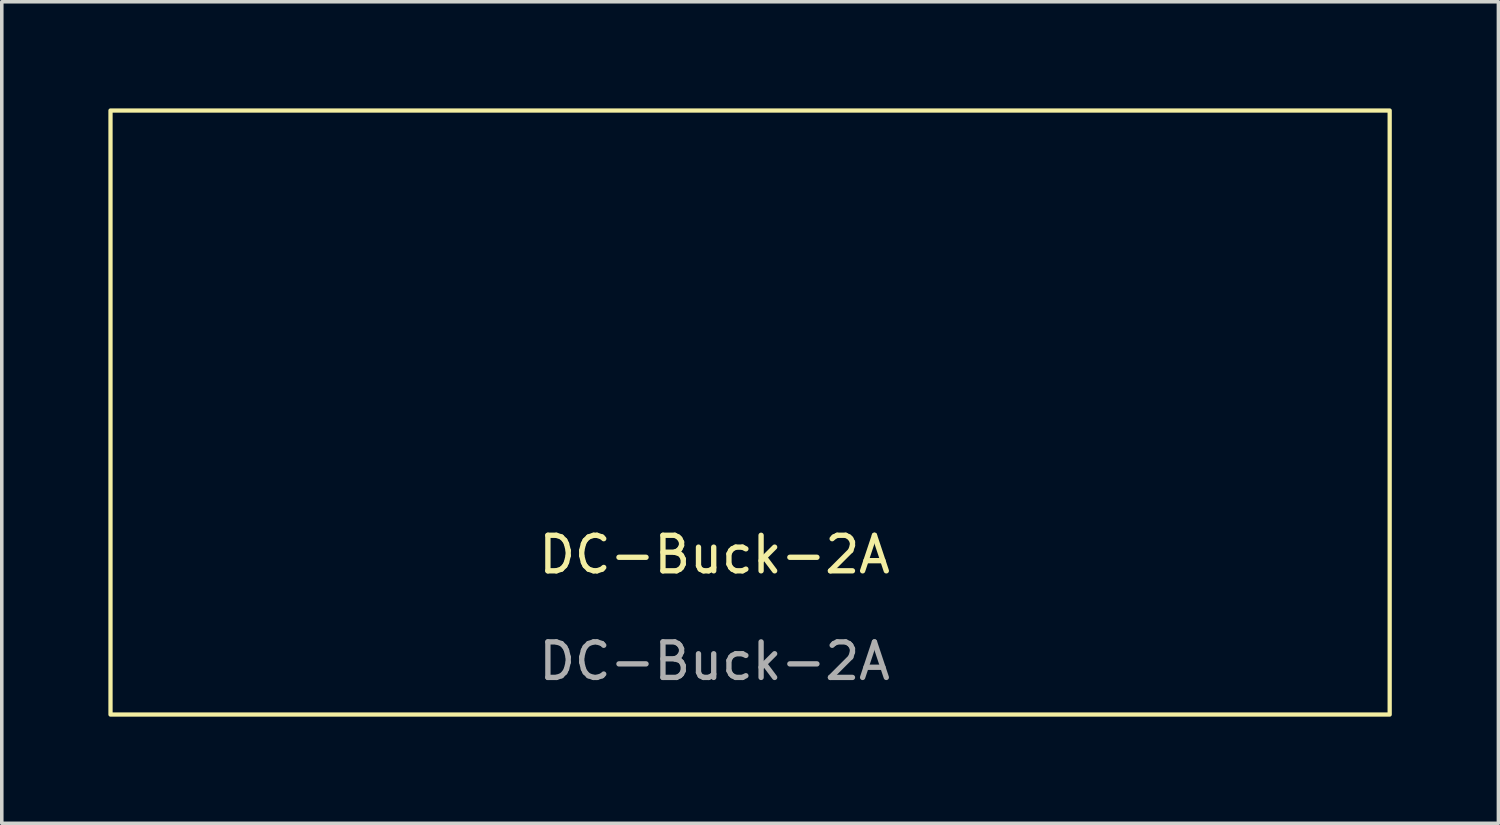
<source format=kicad_pcb>
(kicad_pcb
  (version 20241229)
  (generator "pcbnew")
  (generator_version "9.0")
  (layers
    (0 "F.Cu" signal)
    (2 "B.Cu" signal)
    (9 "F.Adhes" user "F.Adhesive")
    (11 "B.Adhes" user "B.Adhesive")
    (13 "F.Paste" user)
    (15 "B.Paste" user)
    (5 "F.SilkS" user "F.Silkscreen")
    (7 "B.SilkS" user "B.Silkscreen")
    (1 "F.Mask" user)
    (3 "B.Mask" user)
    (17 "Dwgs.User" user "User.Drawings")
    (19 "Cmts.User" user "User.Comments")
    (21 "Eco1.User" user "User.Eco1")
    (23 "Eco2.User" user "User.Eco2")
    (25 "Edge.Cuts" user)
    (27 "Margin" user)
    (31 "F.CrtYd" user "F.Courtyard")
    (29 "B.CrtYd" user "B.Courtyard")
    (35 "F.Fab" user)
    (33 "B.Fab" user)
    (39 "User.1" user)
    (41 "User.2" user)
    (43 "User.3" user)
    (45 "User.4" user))
  (footprint "DC-Buck-2A"
    (layer "F.Cu")
    (at 17.06 13.06)
    (property "Reference" "DC-Buck-2A" (at 0 -0.5 0) (unlocked yes) (layer "F.SilkS") (effects (font (size 1 1) (thickness 0.15))))
    (attr smd)
    (fp_rect (start -17 -13) (end 19 4) (stroke (width 0.12) (type solid)) (fill no) (layer "F.SilkS"))
    (fp_text user "${REFERENCE}" (at 0 2.5 0) (unlocked yes) (layer "F.Fab") (effects (font (size 1 1) (thickness 0.15)))))
  (gr_rect
    (start -3 -3)
    (end 39.12 20.12)
    (stroke (width 0.1) (type default))
    (fill no)
    (layer "Edge.Cuts")))
</source>
